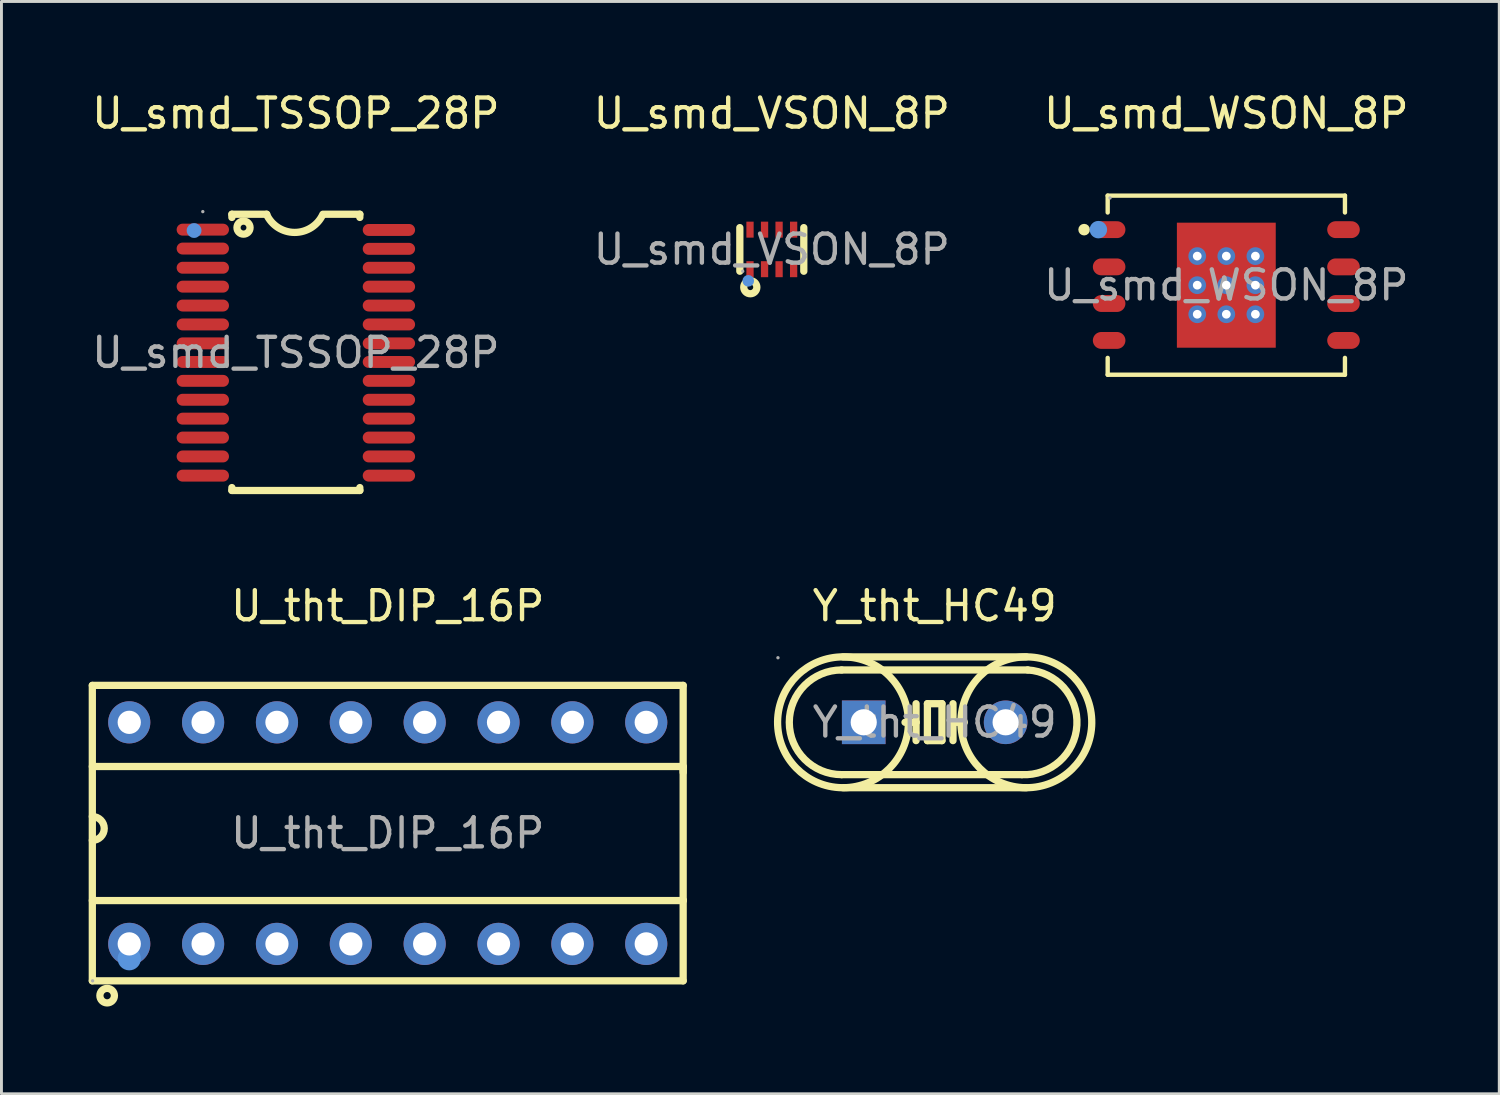
<source format=kicad_pcb>
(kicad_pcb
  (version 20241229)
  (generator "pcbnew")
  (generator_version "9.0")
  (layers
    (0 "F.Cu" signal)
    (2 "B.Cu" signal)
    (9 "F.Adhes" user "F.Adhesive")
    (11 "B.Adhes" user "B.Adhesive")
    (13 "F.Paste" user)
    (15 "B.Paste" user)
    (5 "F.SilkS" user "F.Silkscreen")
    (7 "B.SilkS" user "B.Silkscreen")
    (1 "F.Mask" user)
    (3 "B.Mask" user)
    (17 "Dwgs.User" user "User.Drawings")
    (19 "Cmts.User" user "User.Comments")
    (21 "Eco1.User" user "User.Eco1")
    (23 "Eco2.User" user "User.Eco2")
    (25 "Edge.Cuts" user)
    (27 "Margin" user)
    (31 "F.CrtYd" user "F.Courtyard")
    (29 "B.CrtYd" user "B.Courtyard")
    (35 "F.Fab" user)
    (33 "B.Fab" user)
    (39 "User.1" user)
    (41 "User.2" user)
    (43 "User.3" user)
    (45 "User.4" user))
  (footprint "U_smd_VSON_8P"
    (layer "F.Cu")
    (at 23.494 5.528)
    (property "Reference" "U_smd_VSON_8P" (at 0 -4.68 0) (layer "F.SilkS") (effects (font (size 1 1) (thickness 0.15))))
    (attr smd)
    (fp_line (start -1.1 -0.75) (end -1.1 0.75) (stroke (width 0.25) (type solid)) (layer "F.SilkS"))
    (fp_line (start 1.1 -0.75) (end 1.1 0.75) (stroke (width 0.25) (type solid)) (layer "F.SilkS"))
    (fp_circle (center -0.74 1.3) (end -0.64 1.3) (stroke (width 0.25) (type solid)) (fill no) (layer "F.SilkS"))
    (fp_circle (center -0.81 1.08) (end -0.71 1.08) (stroke (width 0.2) (type solid)) (fill no) (layer "Cmts.User"))
    (fp_circle (center -1 0.75) (end -0.97 0.75) (stroke (width 0.06) (type solid)) (fill no) (layer "F.Fab"))
    (fp_text user "${REFERENCE}" (at 0 0 0) (layer "F.Fab") (effects (font (size 1 1) (thickness 0.15))))
    (pad "1" smd rect (at -0.75 0.68) (size 0.25 0.55) (layers "F.Cu" "F.Mask" "F.Paste"))
    (pad "2" smd rect (at -0.25 0.68) (size 0.25 0.55) (layers "F.Cu" "F.Mask" "F.Paste"))
    (pad "3" smd rect (at 0.25 0.68) (size 0.25 0.55) (layers "F.Cu" "F.Mask" "F.Paste"))
    (pad "4" smd rect (at 0.75 0.68) (size 0.25 0.55) (layers "F.Cu" "F.Mask" "F.Paste"))
    (pad "5" smd rect (at 0.75 -0.68) (size 0.25 0.55) (layers "F.Cu" "F.Mask" "F.Paste"))
    (pad "6" smd rect (at 0.25 -0.68) (size 0.25 0.55) (layers "F.Cu" "F.Mask" "F.Paste"))
    (pad "7" smd rect (at -0.25 -0.68) (size 0.25 0.55) (layers "F.Cu" "F.Mask" "F.Paste"))
    (pad "8" smd rect (at -0.75 -0.68) (size 0.25 0.55) (layers "F.Cu" "F.Mask" "F.Paste")))
  (footprint "Y_tht_HC49"
    (layer "F.Cu")
    (at 29.095 21.791)
    (property "Reference" "Y_tht_HC49" (at 0 -4 0) (layer "F.SilkS") (effects (font (size 1 1) (thickness 0.15))))
    (attr smd)
    (fp_line (start -3.2 -1.8) (end 3.2 -1.8) (stroke (width 0.25) (type solid)) (layer "F.SilkS"))
    (fp_line (start -3.15 2.25) (end 3.15 2.25) (stroke (width 0.25) (type solid)) (layer "F.SilkS"))
    (fp_line (start -0.64 -0.64) (end -0.64 0) (stroke (width 0.25) (type solid)) (layer "F.SilkS"))
    (fp_line (start -0.64 0) (end -1.02 0) (stroke (width 0.25) (type solid)) (layer "F.SilkS"))
    (fp_line (start -0.64 0) (end -0.64 0.63) (stroke (width 0.25) (type solid)) (layer "F.SilkS"))
    (fp_line (start -0.25 -0.64) (end -0.25 0.63) (stroke (width 0.25) (type solid)) (layer "F.SilkS"))
    (fp_line (start -0.25 0.63) (end 0.25 0.63) (stroke (width 0.25) (type solid)) (layer "F.SilkS"))
    (fp_line (start 0.25 -0.64) (end -0.25 -0.64) (stroke (width 0.25) (type solid)) (layer "F.SilkS"))
    (fp_line (start 0.25 0.63) (end 0.25 -0.64) (stroke (width 0.25) (type solid)) (layer "F.SilkS"))
    (fp_line (start 0.63 -0.64) (end 0.63 0) (stroke (width 0.25) (type solid)) (layer "F.SilkS"))
    (fp_line (start 0.63 0) (end 0.63 0.63) (stroke (width 0.25) (type solid)) (layer "F.SilkS"))
    (fp_line (start 0.63 0) (end 1.02 0) (stroke (width 0.25) (type solid)) (layer "F.SilkS"))
    (fp_line (start 3 1.8) (end -3.2 1.8) (stroke (width 0.25) (type solid)) (layer "F.SilkS"))
    (fp_line (start 3.15 -2.25) (end -3.15 -2.25) (stroke (width 0.25) (type solid)) (layer "F.SilkS"))
    (fp_arc (start -3.2 1.8) (mid -5 0) (end -3.2 -1.8) (stroke (width 0.25) (type solid)) (layer "F.SilkS"))
    (fp_arc (start -3.189268 2.249657) (mid -3.130365 -2.249914) (end -3.15 2.25) (stroke (width 0.25) (type solid)) (layer "F.SilkS"))
    (fp_arc (start 3.189268 -2.249657) (mid 3.130365 2.249914) (end 3.15 -2.25) (stroke (width 0.25) (type solid)) (layer "F.SilkS"))
    (fp_arc (start 3.2 -1.8) (mid 4.9 0.1) (end 3 1.8) (stroke (width 0.25) (type solid)) (layer "F.SilkS"))
    (fp_circle (center -5.39 -2.22) (end -5.36 -2.22) (stroke (width 0.06) (type solid)) (fill no) (layer "F.Fab"))
    (fp_circle (center -2.44 0) (end -2.33 0) (stroke (width 0.22) (type solid)) (fill no) (layer "F.Fab"))
    (fp_circle (center 2.44 0) (end 2.55 0) (stroke (width 0.22) (type solid)) (fill no) (layer "F.Fab"))
    (fp_text user "${REFERENCE}" (at 0 0 0) (layer "F.Fab") (effects (font (size 1 1) (thickness 0.15))))
    (pad "1" thru_hole rect (at -2.44 0) (size 1.5 1.5) (drill 0.9) (layers "*.Cu" "*.Mask"))
    (pad "2" thru_hole circle (at 2.44 0) (size 1.5 1.5) (drill 0.9) (layers "*.Cu" "*.Mask")))
  (footprint "U_tht_DIP_16P"
    (layer "F.Cu")
    (at 10.285 25.602)
    (property "Reference" "U_tht_DIP_16P" (at 0 -7.81 0) (layer "F.SilkS") (effects (font (size 1 1) (thickness 0.15))))
    (attr smd)
    (fp_line (start -10.16 -5.08) (end -10.16 5.08) (stroke (width 0.25) (type solid)) (layer "F.SilkS"))
    (fp_line (start -10.16 -2.29) (end 10.16 -2.29) (stroke (width 0.25) (type solid)) (layer "F.SilkS"))
    (fp_line (start -10.16 2.32) (end 10.16 2.32) (stroke (width 0.25) (type solid)) (layer "F.SilkS"))
    (fp_line (start -10.16 5.08) (end 10.16 5.08) (stroke (width 0.25) (type solid)) (layer "F.SilkS"))
    (fp_line (start 10.16 -5.08) (end -10.16 -5.08) (stroke (width 0.25) (type solid)) (layer "F.SilkS"))
    (fp_line (start 10.16 -2.29) (end 10.16 -2.09) (stroke (width 0.25) (type solid)) (layer "F.SilkS"))
    (fp_line (start 10.16 2.32) (end 10.16 2.3) (stroke (width 0.25) (type solid)) (layer "F.SilkS"))
    (fp_line (start 10.16 5.08) (end 10.16 -5.08) (stroke (width 0.25) (type solid)) (layer "F.SilkS"))
    (fp_arc (start -10.16 -0.57) (mid -9.75 -0.16) (end -10.16 0.25) (stroke (width 0.25) (type solid)) (layer "F.SilkS"))
    (fp_circle (center -9.65 5.59) (end -9.4 5.59) (stroke (width 0.25) (type solid)) (fill no) (layer "F.SilkS"))
    (fp_circle (center -8.89 4.32) (end -8.69 4.32) (stroke (width 0.4) (type solid)) (fill no) (layer "Cmts.User"))
    (fp_circle (center -10.15 5.08) (end -10.12 5.08) (stroke (width 0.06) (type solid)) (fill no) (layer "F.Fab"))
    (fp_text user "${REFERENCE}" (at 0 0 0) (layer "F.Fab") (effects (font (size 1 1) (thickness 0.15))))
    (pad "1" thru_hole circle (at -8.89 3.81) (size 1.45 1.45) (drill 0.8) (layers "*.Cu" "*.Mask"))
    (pad "2" thru_hole circle (at -6.35 3.81) (size 1.45 1.45) (drill 0.8) (layers "*.Cu" "*.Mask"))
    (pad "3" thru_hole circle (at -3.81 3.81) (size 1.45 1.45) (drill 0.8) (layers "*.Cu" "*.Mask"))
    (pad "4" thru_hole circle (at -1.27 3.81) (size 1.45 1.45) (drill 0.8) (layers "*.Cu" "*.Mask"))
    (pad "5" thru_hole circle (at 1.27 3.81) (size 1.45 1.45) (drill 0.8) (layers "*.Cu" "*.Mask"))
    (pad "6" thru_hole circle (at 3.81 3.81) (size 1.45 1.45) (drill 0.8) (layers "*.Cu" "*.Mask"))
    (pad "7" thru_hole circle (at 6.35 3.81) (size 1.45 1.45) (drill 0.8) (layers "*.Cu" "*.Mask"))
    (pad "8" thru_hole circle (at 8.89 3.81) (size 1.45 1.45) (drill 0.8) (layers "*.Cu" "*.Mask"))
    (pad "9" thru_hole circle (at 8.89 -3.81) (size 1.45 1.45) (drill 0.8) (layers "*.Cu" "*.Mask"))
    (pad "10" thru_hole circle (at 6.35 -3.81) (size 1.45 1.45) (drill 0.8) (layers "*.Cu" "*.Mask"))
    (pad "11" thru_hole circle (at 3.81 -3.81) (size 1.45 1.45) (drill 0.8) (layers "*.Cu" "*.Mask"))
    (pad "12" thru_hole circle (at 1.27 -3.81) (size 1.45 1.45) (drill 0.8) (layers "*.Cu" "*.Mask"))
    (pad "13" thru_hole circle (at -1.27 -3.81) (size 1.45 1.45) (drill 0.8) (layers "*.Cu" "*.Mask"))
    (pad "14" thru_hole circle (at -3.81 -3.81) (size 1.45 1.45) (drill 0.8) (layers "*.Cu" "*.Mask"))
    (pad "15" thru_hole circle (at -6.35 -3.81) (size 1.45 1.45) (drill 0.8) (layers "*.Cu" "*.Mask"))
    (pad "16" thru_hole circle (at -8.89 -3.81) (size 1.45 1.45) (drill 0.8) (layers "*.Cu" "*.Mask")))
  (footprint "U_smd_TSSOP_28P"
    (layer "F.Cu")
    (at 7.125 9.078)
    (property "Reference" "U_smd_TSSOP_28P" (at 0 -8.23 0) (layer "F.SilkS") (effects (font (size 1 1) (thickness 0.15))))
    (attr smd)
    (fp_line (start -2.2 -4.76) (end -2.2 -4.65) (stroke (width 0.25) (type solid)) (layer "F.SilkS"))
    (fp_line (start -2.2 -4.76) (end -1 -4.76) (stroke (width 0.25) (type solid)) (layer "F.SilkS"))
    (fp_line (start -2.2 4.64) (end -2.2 4.74) (stroke (width 0.25) (type solid)) (layer "F.SilkS"))
    (fp_line (start -2.2 4.74) (end 2.2 4.74) (stroke (width 0.25) (type solid)) (layer "F.SilkS"))
    (fp_line (start 2.2 -4.76) (end 1 -4.76) (stroke (width 0.25) (type solid)) (layer "F.SilkS"))
    (fp_line (start 2.2 -4.76) (end 2.2 -4.65) (stroke (width 0.25) (type solid)) (layer "F.SilkS"))
    (fp_line (start 2.2 4.64) (end 2.2 4.74) (stroke (width 0.25) (type solid)) (layer "F.SilkS"))
    (fp_arc (start 0.93 -4.76) (mid -0.039246 -4.134871) (end -1.009376 -4.758627) (stroke (width 0.25) (type solid)) (layer "F.SilkS"))
    (fp_circle (center -1.8 -4.3) (end -1.7 -4.3) (stroke (width 0.25) (type solid)) (fill no) (layer "F.SilkS"))
    (fp_circle (center -3.5 -4.2) (end -3.37 -4.2) (stroke (width 0.25) (type solid)) (fill no) (layer "Cmts.User"))
    (fp_circle (center -3.2 -4.85) (end -3.17 -4.85) (stroke (width 0.06) (type solid)) (fill no) (layer "F.Fab"))
    (fp_text user "${REFERENCE}" (at 0 0 0) (layer "F.Fab") (effects (font (size 1 1) (thickness 0.15))))
    (pad "1" smd oval (at -3.2 -4.23) (size 1.8 0.41) (layers "F.Cu" "F.Mask" "F.Paste"))
    (pad "2" smd oval (at -3.2 -3.58) (size 1.8 0.41) (layers "F.Cu" "F.Mask" "F.Paste"))
    (pad "3" smd oval (at -3.2 -2.92) (size 1.8 0.41) (layers "F.Cu" "F.Mask" "F.Paste"))
    (pad "4" smd oval (at -3.2 -2.27) (size 1.8 0.41) (layers "F.Cu" "F.Mask" "F.Paste"))
    (pad "5" smd oval (at -3.2 -1.62) (size 1.8 0.41) (layers "F.Cu" "F.Mask" "F.Paste"))
    (pad "6" smd oval (at -3.2 -0.97) (size 1.8 0.41) (layers "F.Cu" "F.Mask" "F.Paste"))
    (pad "7" smd oval (at -3.2 -0.32) (size 1.8 0.41) (layers "F.Cu" "F.Mask" "F.Paste"))
    (pad "8" smd oval (at -3.2 0.32) (size 1.8 0.41) (layers "F.Cu" "F.Mask" "F.Paste"))
    (pad "9" smd oval (at -3.2 0.97) (size 1.8 0.41) (layers "F.Cu" "F.Mask" "F.Paste"))
    (pad "10" smd oval (at -3.2 1.62) (size 1.8 0.41) (layers "F.Cu" "F.Mask" "F.Paste"))
    (pad "11" smd oval (at -3.2 2.27) (size 1.8 0.41) (layers "F.Cu" "F.Mask" "F.Paste"))
    (pad "12" smd oval (at -3.2 2.92) (size 1.8 0.41) (layers "F.Cu" "F.Mask" "F.Paste"))
    (pad "13" smd oval (at -3.2 3.57) (size 1.8 0.41) (layers "F.Cu" "F.Mask" "F.Paste"))
    (pad "14" smd oval (at -3.2 4.23) (size 1.8 0.41) (layers "F.Cu" "F.Mask" "F.Paste"))
    (pad "15" smd oval (at 3.2 4.23) (size 1.8 0.41) (layers "F.Cu" "F.Mask" "F.Paste"))
    (pad "16" smd oval (at 3.2 3.57) (size 1.8 0.41) (layers "F.Cu" "F.Mask" "F.Paste"))
    (pad "17" smd oval (at 3.2 2.92) (size 1.8 0.41) (layers "F.Cu" "F.Mask" "F.Paste"))
    (pad "18" smd oval (at 3.2 2.27) (size 1.8 0.41) (layers "F.Cu" "F.Mask" "F.Paste"))
    (pad "19" smd oval (at 3.2 1.62) (size 1.8 0.41) (layers "F.Cu" "F.Mask" "F.Paste"))
    (pad "20" smd oval (at 3.2 0.97) (size 1.8 0.41) (layers "F.Cu" "F.Mask" "F.Paste"))
    (pad "21" smd oval (at 3.2 0.32) (size 1.8 0.41) (layers "F.Cu" "F.Mask" "F.Paste"))
    (pad "22" smd oval (at 3.2 -0.32) (size 1.8 0.41) (layers "F.Cu" "F.Mask" "F.Paste"))
    (pad "23" smd oval (at 3.2 -0.97) (size 1.8 0.41) (layers "F.Cu" "F.Mask" "F.Paste"))
    (pad "24" smd oval (at 3.2 -1.62) (size 1.8 0.41) (layers "F.Cu" "F.Mask" "F.Paste"))
    (pad "25" smd oval (at 3.2 -2.27) (size 1.8 0.41) (layers "F.Cu" "F.Mask" "F.Paste"))
    (pad "26" smd oval (at 3.2 -2.92) (size 1.8 0.41) (layers "F.Cu" "F.Mask" "F.Paste"))
    (pad "27" smd oval (at 3.2 -3.57) (size 1.8 0.41) (layers "F.Cu" "F.Mask" "F.Paste"))
    (pad "28" smd oval (at 3.2 -4.22) (size 1.8 0.41) (layers "F.Cu" "F.Mask" "F.Paste")))
  (footprint "U_smd_WSON_8P"
    (layer "F.Cu")
    (at 39.125 6.758)
    (property "Reference" "U_smd_WSON_8P" (at 0 -5.91 0) (layer "F.SilkS") (effects (font (size 1 1) (thickness 0.15))))
    (attr smd)
    (fp_line (start -4.08 -3.08) (end -4.08 -2.5) (stroke (width 0.15) (type solid)) (layer "F.SilkS"))
    (fp_line (start -4.08 -3.08) (end 4.08 -3.08) (stroke (width 0.15) (type solid)) (layer "F.SilkS"))
    (fp_line (start -4.08 3.08) (end -4.08 2.5) (stroke (width 0.15) (type solid)) (layer "F.SilkS"))
    (fp_line (start 4.08 -3.08) (end 4.08 -2.5) (stroke (width 0.15) (type solid)) (layer "F.SilkS"))
    (fp_line (start 4.08 3.08) (end -4.08 3.08) (stroke (width 0.15) (type solid)) (layer "F.SilkS"))
    (fp_line (start 4.08 3.08) (end 4.08 2.5) (stroke (width 0.15) (type solid)) (layer "F.SilkS"))
    (fp_circle (center -4.89 -1.91) (end -4.79 -1.91) (stroke (width 0.2) (type solid)) (fill no) (layer "F.SilkS"))
    (fp_circle (center -4.4 -1.91) (end -4.25 -1.91) (stroke (width 0.3) (type solid)) (fill no) (layer "Cmts.User"))
    (fp_circle (center -4 -3) (end -3.97 -3) (stroke (width 0.06) (type solid)) (fill no) (layer "F.Fab"))
    (fp_text user "${REFERENCE}" (at 0 0 0) (layer "F.Fab") (effects (font (size 1 1) (thickness 0.15))))
    (pad "" thru_hole circle (at -1 -1) (size 0.61 0.61) (drill 0.3) (layers "*.Cu" "*.Paste" "*.Mask"))
    (pad "" thru_hole circle (at -1 0) (size 0.61 0.61) (drill 0.3) (layers "*.Cu" "*.Paste" "*.Mask"))
    (pad "" thru_hole circle (at -1 1) (size 0.61 0.61) (drill 0.3) (layers "*.Cu" "*.Paste" "*.Mask"))
    (pad "" thru_hole circle (at 0 -1) (size 0.61 0.61) (drill 0.3) (layers "*.Cu" "*.Paste" "*.Mask"))
    (pad "" thru_hole circle (at 0 0) (size 0.61 0.61) (drill 0.3) (layers "*.Cu" "*.Paste" "*.Mask"))
    (pad "" thru_hole circle (at 0 1) (size 0.61 0.61) (drill 0.3) (layers "*.Cu" "*.Paste" "*.Mask"))
    (pad "" thru_hole circle (at 1 -1) (size 0.61 0.61) (drill 0.3) (layers "*.Cu" "*.Paste" "*.Mask"))
    (pad "" thru_hole circle (at 1 0) (size 0.61 0.61) (drill 0.3) (layers "*.Cu" "*.Paste" "*.Mask"))
    (pad "" thru_hole circle (at 1 1) (size 0.61 0.61) (drill 0.3) (layers "*.Cu" "*.Paste" "*.Mask"))
    (pad "1" smd oval (at -4.03 -1.91 270) (size 0.58 1.12) (layers "F.Cu" "F.Mask" "F.Paste"))
    (pad "2" smd oval (at -4.03 -0.63 270) (size 0.58 1.12) (layers "F.Cu" "F.Mask" "F.Paste"))
    (pad "3" smd oval (at -4.03 0.63 270) (size 0.58 1.12) (layers "F.Cu" "F.Mask" "F.Paste"))
    (pad "4" smd oval (at -4.03 1.9 270) (size 0.58 1.12) (layers "F.Cu" "F.Mask" "F.Paste"))
    (pad "5" smd oval (at 4.03 1.9 270) (size 0.58 1.12) (layers "F.Cu" "F.Mask" "F.Paste"))
    (pad "6" smd oval (at 4.03 0.63 270) (size 0.58 1.12) (layers "F.Cu" "F.Mask" "F.Paste"))
    (pad "7" smd oval (at 4.03 -0.63 270) (size 0.58 1.12) (layers "F.Cu" "F.Mask" "F.Paste"))
    (pad "8" smd oval (at 4.03 -1.91 270) (size 0.58 1.12) (layers "F.Cu" "F.Mask" "F.Paste"))
    (pad "9" smd rect (at 0 0) (size 3.4 4.3) (layers "F.Cu" "F.Mask" "F.Paste")))
  (gr_rect
    (start -3 -3)
    (end 48.512 34.566)
    (stroke (width 0.1) (type default))
    (fill no)
    (layer "Edge.Cuts")))
</source>
